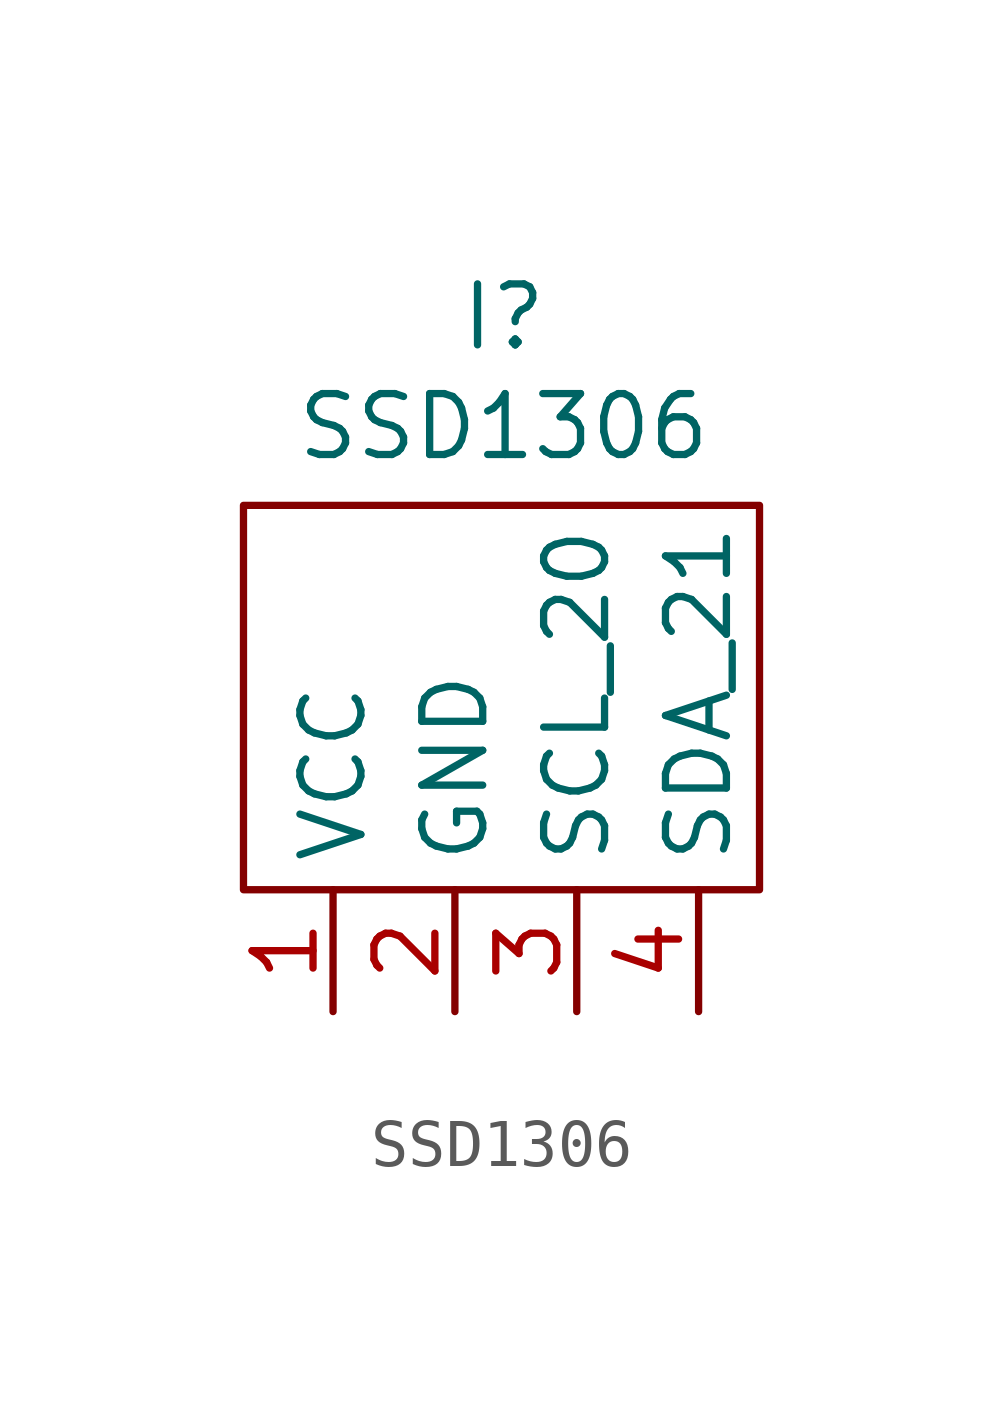
<source format=kicad_sym>
(kicad_symbol_lib
  (version 20241209)
  (generator "kicad_symbol_editor")
  (generator_version "9.0")
  (symbol "SSD1306​"
    (property "Reference" "I"
      (at 4.826 6.858 0)
      (effects (font (size 1.27 1.27))))
    (property "Value" "SSD1306​"
      (at 4.826 4.572 0)
      (effects (font (size 1.27 1.27))))
    (symbol "SSD1306​_0_1"
      (rectangle (start -0.597 2.932) (end 10.16 -5.08) (stroke (width 0) (type default)) (fill (type none))))
    (symbol "SSD1306​_1_1"
      (pin power_in line (at 1.27 -7.62 90) (length 2.54) (name "VCC" (effects (font (size 1.27 1.27)))) (number "1" (effects (font (size 1.27 1.27)))))
      (pin passive line (at 3.81 -7.62 90) (length 2.54) (name "GND" (effects (font (size 1.27 1.27)))) (number "2" (effects (font (size 1.27 1.27)))))
      (pin bidirectional line (at 6.35 -7.62 90) (length 2.54) (name "SCL_20" (effects (font (size 1.27 1.27)))) (number "3" (effects (font (size 1.27 1.27)))))
      (pin bidirectional line (at 8.89 -7.62 90) (length 2.54) (name "SDA_21" (effects (font (size 1.27 1.27)))) (number "4" (effects (font (size 1.27 1.27))))))))
</source>
